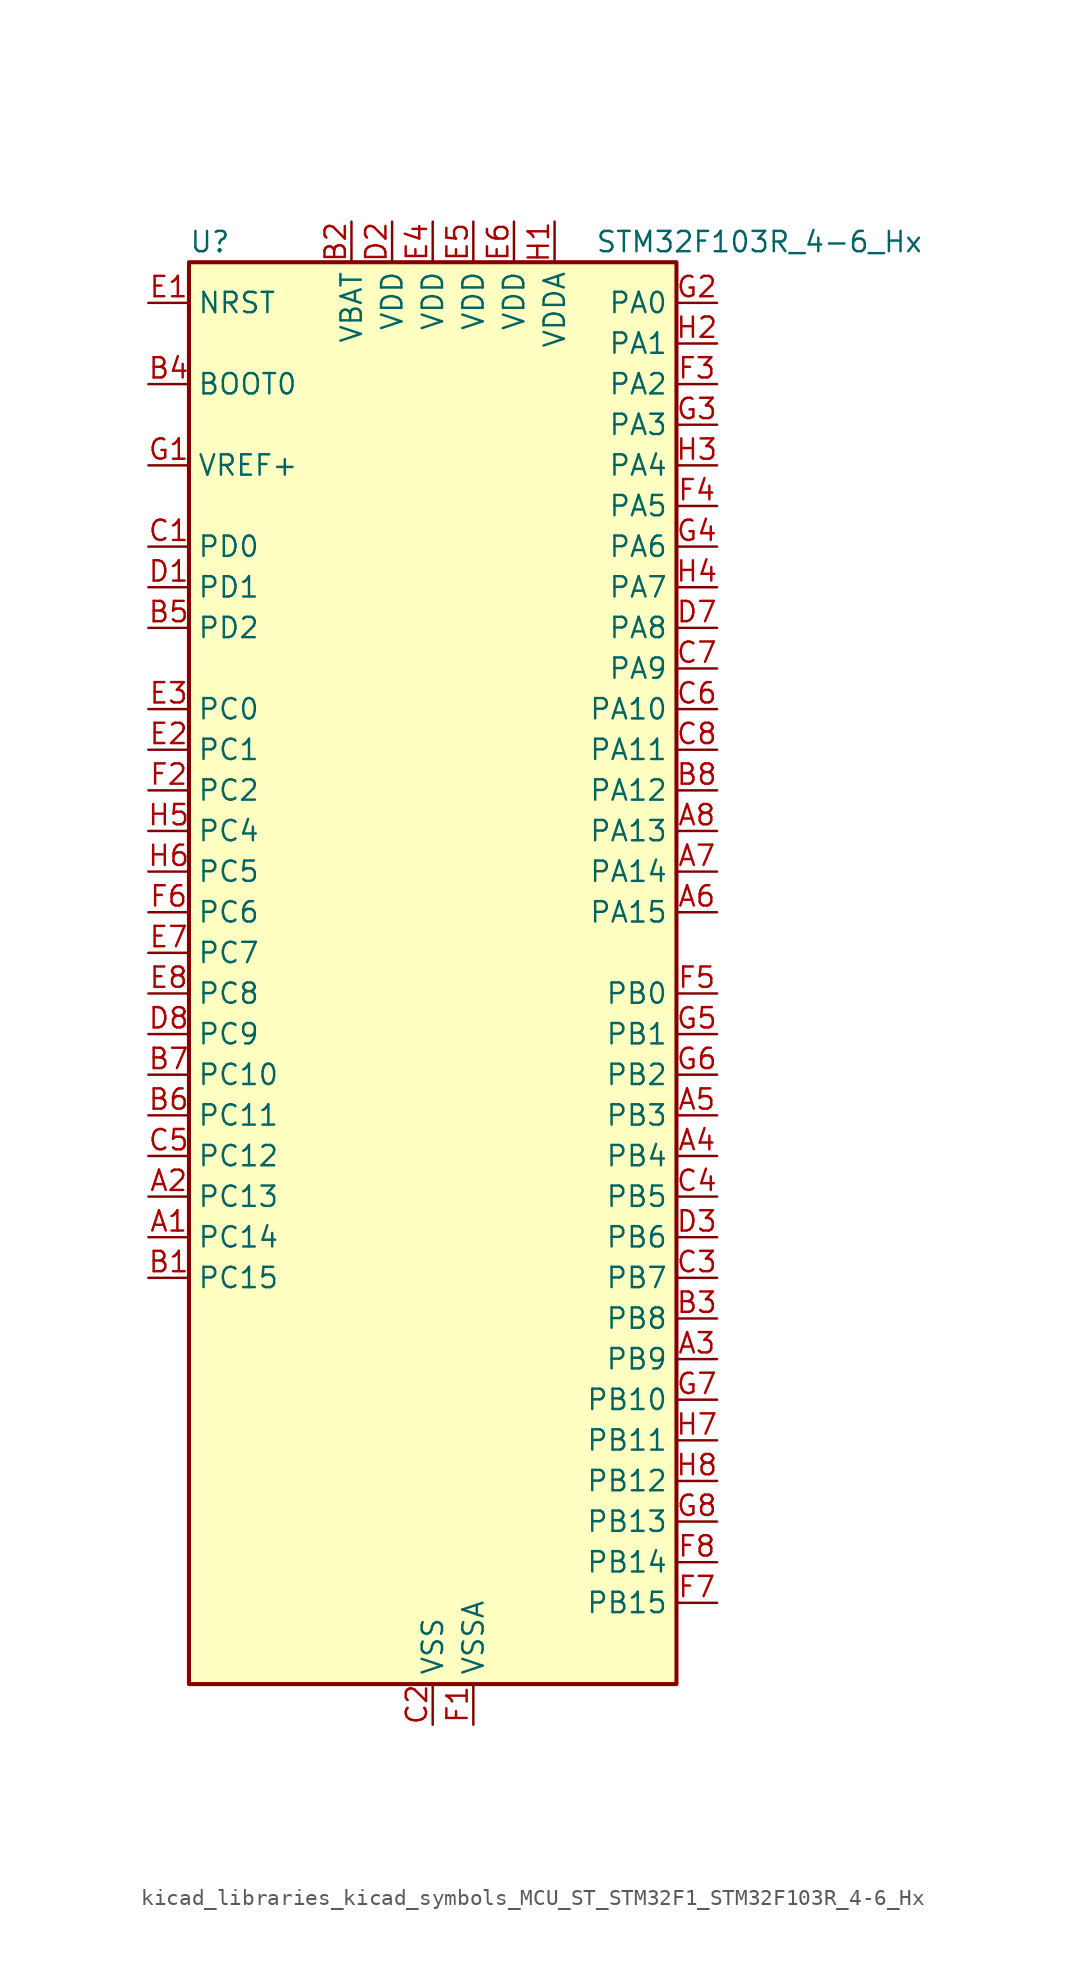
<source format=kicad_sym>
(kicad_symbol_lib
  (version 20220914)
  (generator kicad_symbol_editor)
  (symbol "kicad_libraries_kicad_symbols_MCU_ST_STM32F1_STM32F103R_4-6_Hx"
    (property "Reference" "U"
      (at -15.24 46.99 0)
      (effects (font (size 1.27 1.27)) (justify left)))
    (property "Value" "STM32F103R_4-6_Hx"
      (at 10.16 46.99 0)
      (effects (font (size 1.27 1.27)) (justify left)))
    (property "ki_locked" ""
      (at 0 0 0)
      (effects (font (size 1.27 1.27))))
    (symbol "kicad_libraries_kicad_symbols_MCU_ST_STM32F1_STM32F103R_4-6_Hx_0_1"
      (rectangle (start -15.24 -43.18) (end 15.24 45.72) (stroke (width 0.254) (type default)) (fill (type background))))
    (symbol "kicad_libraries_kicad_symbols_MCU_ST_STM32F1_STM32F103R_4-6_Hx_1_1"
      (pin bidirectional line (at -17.78 -15.24 0) (length 2.54) (name "PC14" (effects (font (size 1.27 1.27)))) (number "A1" (effects (font (size 1.27 1.27)))) (alternate "RCC_OSC32_IN" bidirectional line))
      (pin bidirectional line (at -17.78 -12.7 0) (length 2.54) (name "PC13" (effects (font (size 1.27 1.27)))) (number "A2" (effects (font (size 1.27 1.27)))) (alternate "RTC_OUT" bidirectional line) (alternate "RTC_TAMPER" bidirectional line))
      (pin bidirectional line (at 17.78 -22.86 180) (length 2.54) (name "PB9" (effects (font (size 1.27 1.27)))) (number "A3" (effects (font (size 1.27 1.27)))) (alternate "CAN_TX" bidirectional line) (alternate "I2C1_SDA" bidirectional line))
      (pin bidirectional line (at 17.78 -10.16 180) (length 2.54) (name "PB4" (effects (font (size 1.27 1.27)))) (number "A4" (effects (font (size 1.27 1.27)))) (alternate "SPI1_MISO" bidirectional line) (alternate "SYS_NJTRST" bidirectional line) (alternate "TIM3_CH1" bidirectional line))
      (pin bidirectional line (at 17.78 -7.62 180) (length 2.54) (name "PB3" (effects (font (size 1.27 1.27)))) (number "A5" (effects (font (size 1.27 1.27)))) (alternate "SPI1_SCK" bidirectional line) (alternate "SYS_JTDO-TRACESWO" bidirectional line) (alternate "TIM2_CH2" bidirectional line))
      (pin bidirectional line (at 17.78 5.08 180) (length 2.54) (name "PA15" (effects (font (size 1.27 1.27)))) (number "A6" (effects (font (size 1.27 1.27)))) (alternate "ADC1_EXTI15" bidirectional line) (alternate "ADC2_EXTI15" bidirectional line) (alternate "SPI1_NSS" bidirectional line) (alternate "SYS_JTDI" bidirectional line) (alternate "TIM2_CH1" bidirectional line) (alternate "TIM2_ETR" bidirectional line))
      (pin bidirectional line (at 17.78 7.62 180) (length 2.54) (name "PA14" (effects (font (size 1.27 1.27)))) (number "A7" (effects (font (size 1.27 1.27)))) (alternate "SYS_JTCK-SWCLK" bidirectional line))
      (pin bidirectional line (at 17.78 10.16 180) (length 2.54) (name "PA13" (effects (font (size 1.27 1.27)))) (number "A8" (effects (font (size 1.27 1.27)))) (alternate "SYS_JTMS-SWDIO" bidirectional line))
      (pin bidirectional line (at -17.78 -17.78 0) (length 2.54) (name "PC15" (effects (font (size 1.27 1.27)))) (number "B1" (effects (font (size 1.27 1.27)))) (alternate "ADC1_EXTI15" bidirectional line) (alternate "ADC2_EXTI15" bidirectional line) (alternate "RCC_OSC32_OUT" bidirectional line))
      (pin power_in line (at -5.08 48.26 270) (length 2.54) (name "VBAT" (effects (font (size 1.27 1.27)))) (number "B2" (effects (font (size 1.27 1.27)))))
      (pin bidirectional line (at 17.78 -20.32 180) (length 2.54) (name "PB8" (effects (font (size 1.27 1.27)))) (number "B3" (effects (font (size 1.27 1.27)))) (alternate "CAN_RX" bidirectional line) (alternate "I2C1_SCL" bidirectional line))
      (pin input line (at -17.78 38.1 0) (length 2.54) (name "BOOT0" (effects (font (size 1.27 1.27)))) (number "B4" (effects (font (size 1.27 1.27)))))
      (pin bidirectional line (at -17.78 22.86 0) (length 2.54) (name "PD2" (effects (font (size 1.27 1.27)))) (number "B5" (effects (font (size 1.27 1.27)))) (alternate "TIM3_ETR" bidirectional line))
      (pin bidirectional line (at -17.78 -7.62 0) (length 2.54) (name "PC11" (effects (font (size 1.27 1.27)))) (number "B6" (effects (font (size 1.27 1.27)))) (alternate "ADC1_EXTI11" bidirectional line) (alternate "ADC2_EXTI11" bidirectional line))
      (pin bidirectional line (at -17.78 -5.08 0) (length 2.54) (name "PC10" (effects (font (size 1.27 1.27)))) (number "B7" (effects (font (size 1.27 1.27)))))
      (pin bidirectional line (at 17.78 12.7 180) (length 2.54) (name "PA12" (effects (font (size 1.27 1.27)))) (number "B8" (effects (font (size 1.27 1.27)))) (alternate "CAN_TX" bidirectional line) (alternate "TIM1_ETR" bidirectional line) (alternate "USART1_RTS" bidirectional line) (alternate "USB_DP" bidirectional line))
      (pin bidirectional line (at -17.78 27.94 0) (length 2.54) (name "PD0" (effects (font (size 1.27 1.27)))) (number "C1" (effects (font (size 1.27 1.27)))) (alternate "RCC_OSC_IN" bidirectional line))
      (pin power_in line (at 0 -45.72 90) (length 2.54) (name "VSS" (effects (font (size 1.27 1.27)))) (number "C2" (effects (font (size 1.27 1.27)))))
      (pin bidirectional line (at 17.78 -17.78 180) (length 2.54) (name "PB7" (effects (font (size 1.27 1.27)))) (number "C3" (effects (font (size 1.27 1.27)))) (alternate "I2C1_SDA" bidirectional line) (alternate "USART1_RX" bidirectional line))
      (pin bidirectional line (at 17.78 -12.7 180) (length 2.54) (name "PB5" (effects (font (size 1.27 1.27)))) (number "C4" (effects (font (size 1.27 1.27)))) (alternate "I2C1_SMBA" bidirectional line) (alternate "SPI1_MOSI" bidirectional line) (alternate "TIM3_CH2" bidirectional line))
      (pin bidirectional line (at -17.78 -10.16 0) (length 2.54) (name "PC12" (effects (font (size 1.27 1.27)))) (number "C5" (effects (font (size 1.27 1.27)))))
      (pin bidirectional line (at 17.78 17.78 180) (length 2.54) (name "PA10" (effects (font (size 1.27 1.27)))) (number "C6" (effects (font (size 1.27 1.27)))) (alternate "TIM1_CH3" bidirectional line) (alternate "USART1_RX" bidirectional line))
      (pin bidirectional line (at 17.78 20.32 180) (length 2.54) (name "PA9" (effects (font (size 1.27 1.27)))) (number "C7" (effects (font (size 1.27 1.27)))) (alternate "TIM1_CH2" bidirectional line) (alternate "USART1_TX" bidirectional line))
      (pin bidirectional line (at 17.78 15.24 180) (length 2.54) (name "PA11" (effects (font (size 1.27 1.27)))) (number "C8" (effects (font (size 1.27 1.27)))) (alternate "ADC1_EXTI11" bidirectional line) (alternate "ADC2_EXTI11" bidirectional line) (alternate "CAN_RX" bidirectional line) (alternate "TIM1_CH4" bidirectional line) (alternate "USART1_CTS" bidirectional line) (alternate "USB_DM" bidirectional line))
      (pin bidirectional line (at -17.78 25.4 0) (length 2.54) (name "PD1" (effects (font (size 1.27 1.27)))) (number "D1" (effects (font (size 1.27 1.27)))) (alternate "RCC_OSC_OUT" bidirectional line))
      (pin power_in line (at -2.54 48.26 270) (length 2.54) (name "VDD" (effects (font (size 1.27 1.27)))) (number "D2" (effects (font (size 1.27 1.27)))))
      (pin bidirectional line (at 17.78 -15.24 180) (length 2.54) (name "PB6" (effects (font (size 1.27 1.27)))) (number "D3" (effects (font (size 1.27 1.27)))) (alternate "I2C1_SCL" bidirectional line) (alternate "USART1_TX" bidirectional line))
      (pin passive line (at 0 -45.72 90) (length 2.54) hide (name "VSS" (effects (font (size 1.27 1.27)))) (number "D4" (effects (font (size 1.27 1.27)))))
      (pin passive line (at 0 -45.72 90) (length 2.54) hide (name "VSS" (effects (font (size 1.27 1.27)))) (number "D5" (effects (font (size 1.27 1.27)))))
      (pin passive line (at 0 -45.72 90) (length 2.54) hide (name "VSS" (effects (font (size 1.27 1.27)))) (number "D6" (effects (font (size 1.27 1.27)))))
      (pin bidirectional line (at 17.78 22.86 180) (length 2.54) (name "PA8" (effects (font (size 1.27 1.27)))) (number "D7" (effects (font (size 1.27 1.27)))) (alternate "RCC_MCO" bidirectional line) (alternate "TIM1_CH1" bidirectional line) (alternate "USART1_CK" bidirectional line))
      (pin bidirectional line (at -17.78 -2.54 0) (length 2.54) (name "PC9" (effects (font (size 1.27 1.27)))) (number "D8" (effects (font (size 1.27 1.27)))) (alternate "TIM3_CH4" bidirectional line))
      (pin input line (at -17.78 43.18 0) (length 2.54) (name "NRST" (effects (font (size 1.27 1.27)))) (number "E1" (effects (font (size 1.27 1.27)))))
      (pin bidirectional line (at -17.78 15.24 0) (length 2.54) (name "PC1" (effects (font (size 1.27 1.27)))) (number "E2" (effects (font (size 1.27 1.27)))) (alternate "ADC1_IN11" bidirectional line) (alternate "ADC2_IN11" bidirectional line))
      (pin bidirectional line (at -17.78 17.78 0) (length 2.54) (name "PC0" (effects (font (size 1.27 1.27)))) (number "E3" (effects (font (size 1.27 1.27)))) (alternate "ADC1_IN10" bidirectional line) (alternate "ADC2_IN10" bidirectional line))
      (pin power_in line (at 0 48.26 270) (length 2.54) (name "VDD" (effects (font (size 1.27 1.27)))) (number "E4" (effects (font (size 1.27 1.27)))))
      (pin power_in line (at 2.54 48.26 270) (length 2.54) (name "VDD" (effects (font (size 1.27 1.27)))) (number "E5" (effects (font (size 1.27 1.27)))))
      (pin power_in line (at 5.08 48.26 270) (length 2.54) (name "VDD" (effects (font (size 1.27 1.27)))) (number "E6" (effects (font (size 1.27 1.27)))))
      (pin bidirectional line (at -17.78 2.54 0) (length 2.54) (name "PC7" (effects (font (size 1.27 1.27)))) (number "E7" (effects (font (size 1.27 1.27)))) (alternate "TIM3_CH2" bidirectional line))
      (pin bidirectional line (at -17.78 0 0) (length 2.54) (name "PC8" (effects (font (size 1.27 1.27)))) (number "E8" (effects (font (size 1.27 1.27)))) (alternate "TIM3_CH3" bidirectional line))
      (pin power_in line (at 2.54 -45.72 90) (length 2.54) (name "VSSA" (effects (font (size 1.27 1.27)))) (number "F1" (effects (font (size 1.27 1.27)))))
      (pin bidirectional line (at -17.78 12.7 0) (length 2.54) (name "PC2" (effects (font (size 1.27 1.27)))) (number "F2" (effects (font (size 1.27 1.27)))) (alternate "ADC1_IN12" bidirectional line) (alternate "ADC2_IN12" bidirectional line))
      (pin bidirectional line (at 17.78 38.1 180) (length 2.54) (name "PA2" (effects (font (size 1.27 1.27)))) (number "F3" (effects (font (size 1.27 1.27)))) (alternate "ADC1_IN2" bidirectional line) (alternate "ADC2_IN2" bidirectional line) (alternate "TIM2_CH3" bidirectional line) (alternate "USART2_TX" bidirectional line))
      (pin bidirectional line (at 17.78 30.48 180) (length 2.54) (name "PA5" (effects (font (size 1.27 1.27)))) (number "F4" (effects (font (size 1.27 1.27)))) (alternate "ADC1_IN5" bidirectional line) (alternate "ADC2_IN5" bidirectional line) (alternate "SPI1_SCK" bidirectional line))
      (pin bidirectional line (at 17.78 0 180) (length 2.54) (name "PB0" (effects (font (size 1.27 1.27)))) (number "F5" (effects (font (size 1.27 1.27)))) (alternate "ADC1_IN8" bidirectional line) (alternate "ADC2_IN8" bidirectional line) (alternate "TIM1_CH2N" bidirectional line) (alternate "TIM3_CH3" bidirectional line))
      (pin bidirectional line (at -17.78 5.08 0) (length 2.54) (name "PC6" (effects (font (size 1.27 1.27)))) (number "F6" (effects (font (size 1.27 1.27)))) (alternate "TIM3_CH1" bidirectional line))
      (pin bidirectional line (at 17.78 -38.1 180) (length 2.54) (name "PB15" (effects (font (size 1.27 1.27)))) (number "F7" (effects (font (size 1.27 1.27)))) (alternate "ADC1_EXTI15" bidirectional line) (alternate "ADC2_EXTI15" bidirectional line) (alternate "TIM1_CH3N" bidirectional line))
      (pin bidirectional line (at 17.78 -35.56 180) (length 2.54) (name "PB14" (effects (font (size 1.27 1.27)))) (number "F8" (effects (font (size 1.27 1.27)))) (alternate "TIM1_CH2N" bidirectional line))
      (pin input line (at -17.78 33.02 0) (length 2.54) (name "VREF+" (effects (font (size 1.27 1.27)))) (number "G1" (effects (font (size 1.27 1.27)))))
      (pin bidirectional line (at 17.78 43.18 180) (length 2.54) (name "PA0" (effects (font (size 1.27 1.27)))) (number "G2" (effects (font (size 1.27 1.27)))) (alternate "ADC1_IN0" bidirectional line) (alternate "ADC2_IN0" bidirectional line) (alternate "SYS_WKUP" bidirectional line) (alternate "TIM2_CH1" bidirectional line) (alternate "TIM2_ETR" bidirectional line) (alternate "USART2_CTS" bidirectional line))
      (pin bidirectional line (at 17.78 35.56 180) (length 2.54) (name "PA3" (effects (font (size 1.27 1.27)))) (number "G3" (effects (font (size 1.27 1.27)))) (alternate "ADC1_IN3" bidirectional line) (alternate "ADC2_IN3" bidirectional line) (alternate "TIM2_CH4" bidirectional line) (alternate "USART2_RX" bidirectional line))
      (pin bidirectional line (at 17.78 27.94 180) (length 2.54) (name "PA6" (effects (font (size 1.27 1.27)))) (number "G4" (effects (font (size 1.27 1.27)))) (alternate "ADC1_IN6" bidirectional line) (alternate "ADC2_IN6" bidirectional line) (alternate "SPI1_MISO" bidirectional line) (alternate "TIM1_BKIN" bidirectional line) (alternate "TIM3_CH1" bidirectional line))
      (pin bidirectional line (at 17.78 -2.54 180) (length 2.54) (name "PB1" (effects (font (size 1.27 1.27)))) (number "G5" (effects (font (size 1.27 1.27)))) (alternate "ADC1_IN9" bidirectional line) (alternate "ADC2_IN9" bidirectional line) (alternate "TIM1_CH3N" bidirectional line) (alternate "TIM3_CH4" bidirectional line))
      (pin bidirectional line (at 17.78 -5.08 180) (length 2.54) (name "PB2" (effects (font (size 1.27 1.27)))) (number "G6" (effects (font (size 1.27 1.27)))))
      (pin bidirectional line (at 17.78 -25.4 180) (length 2.54) (name "PB10" (effects (font (size 1.27 1.27)))) (number "G7" (effects (font (size 1.27 1.27)))) (alternate "TIM2_CH3" bidirectional line))
      (pin bidirectional line (at 17.78 -33.02 180) (length 2.54) (name "PB13" (effects (font (size 1.27 1.27)))) (number "G8" (effects (font (size 1.27 1.27)))) (alternate "TIM1_CH1N" bidirectional line))
      (pin power_in line (at 7.62 48.26 270) (length 2.54) (name "VDDA" (effects (font (size 1.27 1.27)))) (number "H1" (effects (font (size 1.27 1.27)))))
      (pin bidirectional line (at 17.78 40.64 180) (length 2.54) (name "PA1" (effects (font (size 1.27 1.27)))) (number "H2" (effects (font (size 1.27 1.27)))) (alternate "ADC1_IN1" bidirectional line) (alternate "ADC2_IN1" bidirectional line) (alternate "TIM2_CH2" bidirectional line) (alternate "USART2_RTS" bidirectional line))
      (pin bidirectional line (at 17.78 33.02 180) (length 2.54) (name "PA4" (effects (font (size 1.27 1.27)))) (number "H3" (effects (font (size 1.27 1.27)))) (alternate "ADC1_IN4" bidirectional line) (alternate "ADC2_IN4" bidirectional line) (alternate "SPI1_NSS" bidirectional line) (alternate "USART2_CK" bidirectional line))
      (pin bidirectional line (at 17.78 25.4 180) (length 2.54) (name "PA7" (effects (font (size 1.27 1.27)))) (number "H4" (effects (font (size 1.27 1.27)))) (alternate "ADC1_IN7" bidirectional line) (alternate "ADC2_IN7" bidirectional line) (alternate "SPI1_MOSI" bidirectional line) (alternate "TIM1_CH1N" bidirectional line) (alternate "TIM3_CH2" bidirectional line))
      (pin bidirectional line (at -17.78 10.16 0) (length 2.54) (name "PC4" (effects (font (size 1.27 1.27)))) (number "H5" (effects (font (size 1.27 1.27)))) (alternate "ADC1_IN14" bidirectional line) (alternate "ADC2_IN14" bidirectional line))
      (pin bidirectional line (at -17.78 7.62 0) (length 2.54) (name "PC5" (effects (font (size 1.27 1.27)))) (number "H6" (effects (font (size 1.27 1.27)))) (alternate "ADC1_IN15" bidirectional line) (alternate "ADC2_IN15" bidirectional line))
      (pin bidirectional line (at 17.78 -27.94 180) (length 2.54) (name "PB11" (effects (font (size 1.27 1.27)))) (number "H7" (effects (font (size 1.27 1.27)))) (alternate "ADC1_EXTI11" bidirectional line) (alternate "ADC2_EXTI11" bidirectional line) (alternate "TIM2_CH4" bidirectional line))
      (pin bidirectional line (at 17.78 -30.48 180) (length 2.54) (name "PB12" (effects (font (size 1.27 1.27)))) (number "H8" (effects (font (size 1.27 1.27)))) (alternate "TIM1_BKIN" bidirectional line)))))
</source>
